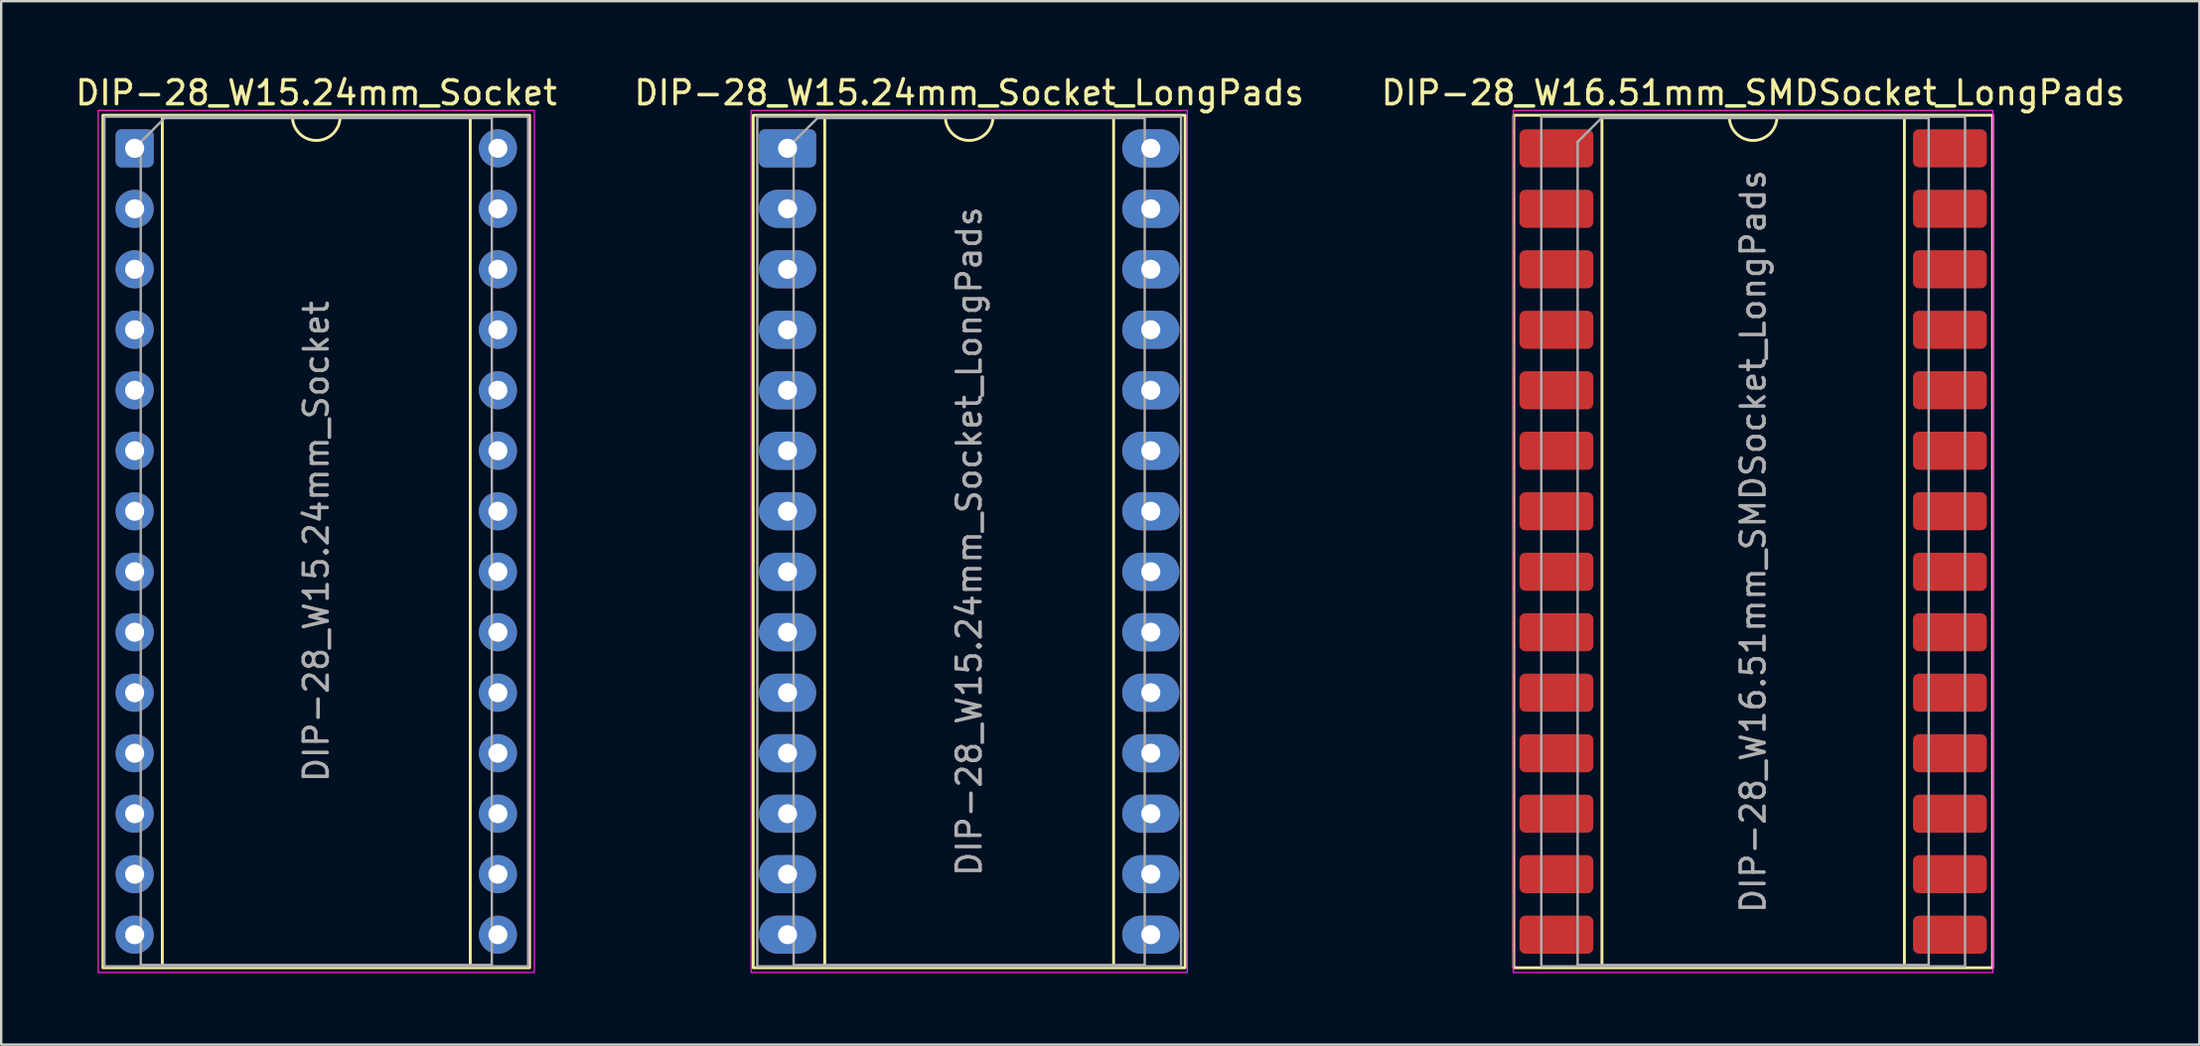
<source format=kicad_pcb>
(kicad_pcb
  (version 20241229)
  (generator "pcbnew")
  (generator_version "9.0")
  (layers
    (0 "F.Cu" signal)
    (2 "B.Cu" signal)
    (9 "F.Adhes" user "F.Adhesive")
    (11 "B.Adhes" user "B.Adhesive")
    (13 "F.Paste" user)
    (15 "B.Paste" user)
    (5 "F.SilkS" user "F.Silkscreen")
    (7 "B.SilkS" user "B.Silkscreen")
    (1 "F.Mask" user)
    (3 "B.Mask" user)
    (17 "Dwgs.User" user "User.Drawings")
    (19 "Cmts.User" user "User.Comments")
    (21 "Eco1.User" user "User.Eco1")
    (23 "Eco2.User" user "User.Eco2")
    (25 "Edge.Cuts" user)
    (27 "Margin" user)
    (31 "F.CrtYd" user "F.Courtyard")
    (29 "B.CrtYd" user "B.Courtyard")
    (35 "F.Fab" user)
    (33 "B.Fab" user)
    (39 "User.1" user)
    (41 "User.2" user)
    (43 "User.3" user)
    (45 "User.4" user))
  (footprint "DIP-28_W16.51mm_SMDSocket_LongPads"
    (layer "F.Cu")
    (at 70.506 19.688)
    (property "Reference" "DIP-28_W16.51mm_SMDSocket_LongPads" (at 0 -18.84 0) (layer "F.SilkS") (effects (font (size 1 1) (thickness 0.15))))
    (attr smd)
    (fp_line (start -6.345 -17.84) (end -6.345 17.84) (stroke (width 0.12) (type solid)) (layer "F.SilkS"))
    (fp_line (start -6.345 17.84) (end 6.345 17.84) (stroke (width 0.12) (type solid)) (layer "F.SilkS"))
    (fp_line (start -1 -17.84) (end -6.345 -17.84) (stroke (width 0.12) (type solid)) (layer "F.SilkS"))
    (fp_line (start 6.345 -17.84) (end 1 -17.84) (stroke (width 0.12) (type solid)) (layer "F.SilkS"))
    (fp_line (start 6.345 17.84) (end 6.345 -17.84) (stroke (width 0.12) (type solid)) (layer "F.SilkS"))
    (fp_rect (start -10.045 -17.9) (end 10.045 17.9) (stroke (width 0.12) (type solid)) (fill no) (layer "F.SilkS"))
    (fp_arc (start 1 -17.84) (mid 0 -16.84) (end -1 -17.84) (stroke (width 0.12) (type solid)) (layer "F.SilkS"))
    (fp_rect (start -10.06 -18.1) (end 10.06 18.1) (stroke (width 0.05) (type solid)) (fill no) (layer "F.CrtYd"))
    (fp_line (start -7.365 -16.78) (end -6.365 -17.78) (stroke (width 0.1) (type solid)) (layer "F.Fab"))
    (fp_line (start -7.365 17.78) (end -7.365 -16.78) (stroke (width 0.1) (type solid)) (layer "F.Fab"))
    (fp_line (start -6.365 -17.78) (end 7.365 -17.78) (stroke (width 0.1) (type solid)) (layer "F.Fab"))
    (fp_line (start 7.365 -17.78) (end 7.365 17.78) (stroke (width 0.1) (type solid)) (layer "F.Fab"))
    (fp_line (start 7.365 17.78) (end -7.365 17.78) (stroke (width 0.1) (type solid)) (layer "F.Fab"))
    (fp_rect (start -8.89 -17.84) (end 8.89 17.84) (stroke (width 0.1) (type solid)) (fill no) (layer "F.Fab"))
    (fp_text user "${REFERENCE}" (at 0 0 90) (layer "F.Fab") (effects (font (size 1 1) (thickness 0.15))))
    (pad "1" smd roundrect (at -8.255 -16.51) (size 3.1 1.6) (layers "F.Cu" "F.Mask" "F.Paste") (roundrect_rratio 0.156))
    (pad "2" smd roundrect (at -8.255 -13.97) (size 3.1 1.6) (layers "F.Cu" "F.Mask" "F.Paste") (roundrect_rratio 0.156))
    (pad "3" smd roundrect (at -8.255 -11.43) (size 3.1 1.6) (layers "F.Cu" "F.Mask" "F.Paste") (roundrect_rratio 0.156))
    (pad "4" smd roundrect (at -8.255 -8.89) (size 3.1 1.6) (layers "F.Cu" "F.Mask" "F.Paste") (roundrect_rratio 0.156))
    (pad "5" smd roundrect (at -8.255 -6.35) (size 3.1 1.6) (layers "F.Cu" "F.Mask" "F.Paste") (roundrect_rratio 0.156))
    (pad "6" smd roundrect (at -8.255 -3.81) (size 3.1 1.6) (layers "F.Cu" "F.Mask" "F.Paste") (roundrect_rratio 0.156))
    (pad "7" smd roundrect (at -8.255 -1.27) (size 3.1 1.6) (layers "F.Cu" "F.Mask" "F.Paste") (roundrect_rratio 0.156))
    (pad "8" smd roundrect (at -8.255 1.27) (size 3.1 1.6) (layers "F.Cu" "F.Mask" "F.Paste") (roundrect_rratio 0.156))
    (pad "9" smd roundrect (at -8.255 3.81) (size 3.1 1.6) (layers "F.Cu" "F.Mask" "F.Paste") (roundrect_rratio 0.156))
    (pad "10" smd roundrect (at -8.255 6.35) (size 3.1 1.6) (layers "F.Cu" "F.Mask" "F.Paste") (roundrect_rratio 0.156))
    (pad "11" smd roundrect (at -8.255 8.89) (size 3.1 1.6) (layers "F.Cu" "F.Mask" "F.Paste") (roundrect_rratio 0.156))
    (pad "12" smd roundrect (at -8.255 11.43) (size 3.1 1.6) (layers "F.Cu" "F.Mask" "F.Paste") (roundrect_rratio 0.156))
    (pad "13" smd roundrect (at -8.255 13.97) (size 3.1 1.6) (layers "F.Cu" "F.Mask" "F.Paste") (roundrect_rratio 0.156))
    (pad "14" smd roundrect (at -8.255 16.51) (size 3.1 1.6) (layers "F.Cu" "F.Mask" "F.Paste") (roundrect_rratio 0.156))
    (pad "15" smd roundrect (at 8.255 16.51) (size 3.1 1.6) (layers "F.Cu" "F.Mask" "F.Paste") (roundrect_rratio 0.156))
    (pad "16" smd roundrect (at 8.255 13.97) (size 3.1 1.6) (layers "F.Cu" "F.Mask" "F.Paste") (roundrect_rratio 0.156))
    (pad "17" smd roundrect (at 8.255 11.43) (size 3.1 1.6) (layers "F.Cu" "F.Mask" "F.Paste") (roundrect_rratio 0.156))
    (pad "18" smd roundrect (at 8.255 8.89) (size 3.1 1.6) (layers "F.Cu" "F.Mask" "F.Paste") (roundrect_rratio 0.156))
    (pad "19" smd roundrect (at 8.255 6.35) (size 3.1 1.6) (layers "F.Cu" "F.Mask" "F.Paste") (roundrect_rratio 0.156))
    (pad "20" smd roundrect (at 8.255 3.81) (size 3.1 1.6) (layers "F.Cu" "F.Mask" "F.Paste") (roundrect_rratio 0.156))
    (pad "21" smd roundrect (at 8.255 1.27) (size 3.1 1.6) (layers "F.Cu" "F.Mask" "F.Paste") (roundrect_rratio 0.156))
    (pad "22" smd roundrect (at 8.255 -1.27) (size 3.1 1.6) (layers "F.Cu" "F.Mask" "F.Paste") (roundrect_rratio 0.156))
    (pad "23" smd roundrect (at 8.255 -3.81) (size 3.1 1.6) (layers "F.Cu" "F.Mask" "F.Paste") (roundrect_rratio 0.156))
    (pad "24" smd roundrect (at 8.255 -6.35) (size 3.1 1.6) (layers "F.Cu" "F.Mask" "F.Paste") (roundrect_rratio 0.156))
    (pad "25" smd roundrect (at 8.255 -8.89) (size 3.1 1.6) (layers "F.Cu" "F.Mask" "F.Paste") (roundrect_rratio 0.156))
    (pad "26" smd roundrect (at 8.255 -11.43) (size 3.1 1.6) (layers "F.Cu" "F.Mask" "F.Paste") (roundrect_rratio 0.156))
    (pad "27" smd roundrect (at 8.255 -13.97) (size 3.1 1.6) (layers "F.Cu" "F.Mask" "F.Paste") (roundrect_rratio 0.156))
    (pad "28" smd roundrect (at 8.255 -16.51) (size 3.1 1.6) (layers "F.Cu" "F.Mask" "F.Paste") (roundrect_rratio 0.156)))
  (footprint "DIP-28_W15.24mm_Socket_LongPads"
    (layer "F.Cu")
    (at 29.993 3.178)
    (property "Reference" "DIP-28_W15.24mm_Socket_LongPads" (at 7.62 -2.33 0) (layer "F.SilkS") (effects (font (size 1 1) (thickness 0.15))))
    (attr through_hole)
    (fp_line (start 1.56 -1.33) (end 1.56 34.35) (stroke (width 0.12) (type solid)) (layer "F.SilkS"))
    (fp_line (start 1.56 34.35) (end 13.68 34.35) (stroke (width 0.12) (type solid)) (layer "F.SilkS"))
    (fp_line (start 6.62 -1.33) (end 1.56 -1.33) (stroke (width 0.12) (type solid)) (layer "F.SilkS"))
    (fp_line (start 13.68 -1.33) (end 8.62 -1.33) (stroke (width 0.12) (type solid)) (layer "F.SilkS"))
    (fp_line (start 13.68 34.35) (end 13.68 -1.33) (stroke (width 0.12) (type solid)) (layer "F.SilkS"))
    (fp_rect (start -1.44 -1.39) (end 16.68 34.41) (stroke (width 0.12) (type solid)) (fill no) (layer "F.SilkS"))
    (fp_arc (start 8.62 -1.33) (mid 7.62 -0.33) (end 6.62 -1.33) (stroke (width 0.12) (type solid)) (layer "F.SilkS"))
    (fp_rect (start -1.53 -1.59) (end 16.77 34.61) (stroke (width 0.05) (type solid)) (fill no) (layer "F.CrtYd"))
    (fp_line (start 0.255 -0.27) (end 1.255 -1.27) (stroke (width 0.1) (type solid)) (layer "F.Fab"))
    (fp_line (start 0.255 34.29) (end 0.255 -0.27) (stroke (width 0.1) (type solid)) (layer "F.Fab"))
    (fp_line (start 1.255 -1.27) (end 14.985 -1.27) (stroke (width 0.1) (type solid)) (layer "F.Fab"))
    (fp_line (start 14.985 -1.27) (end 14.985 34.29) (stroke (width 0.1) (type solid)) (layer "F.Fab"))
    (fp_line (start 14.985 34.29) (end 0.255 34.29) (stroke (width 0.1) (type solid)) (layer "F.Fab"))
    (fp_rect (start -1.27 -1.33) (end 16.51 34.35) (stroke (width 0.1) (type solid)) (fill no) (layer "F.Fab"))
    (fp_text user "${REFERENCE}" (at 7.62 16.51 90) (layer "F.Fab") (effects (font (size 1 1) (thickness 0.15))))
    (pad "1" thru_hole roundrect (at 0 0) (size 2.4 1.6) (drill 0.8) (layers "*.Cu" "*.Mask") (roundrect_rratio 0.156))
    (pad "2" thru_hole oval (at 0 2.54) (size 2.4 1.6) (drill 0.8) (layers "*.Cu" "*.Mask"))
    (pad "3" thru_hole oval (at 0 5.08) (size 2.4 1.6) (drill 0.8) (layers "*.Cu" "*.Mask"))
    (pad "4" thru_hole oval (at 0 7.62) (size 2.4 1.6) (drill 0.8) (layers "*.Cu" "*.Mask"))
    (pad "5" thru_hole oval (at 0 10.16) (size 2.4 1.6) (drill 0.8) (layers "*.Cu" "*.Mask"))
    (pad "6" thru_hole oval (at 0 12.7) (size 2.4 1.6) (drill 0.8) (layers "*.Cu" "*.Mask"))
    (pad "7" thru_hole oval (at 0 15.24) (size 2.4 1.6) (drill 0.8) (layers "*.Cu" "*.Mask"))
    (pad "8" thru_hole oval (at 0 17.78) (size 2.4 1.6) (drill 0.8) (layers "*.Cu" "*.Mask"))
    (pad "9" thru_hole oval (at 0 20.32) (size 2.4 1.6) (drill 0.8) (layers "*.Cu" "*.Mask"))
    (pad "10" thru_hole oval (at 0 22.86) (size 2.4 1.6) (drill 0.8) (layers "*.Cu" "*.Mask"))
    (pad "11" thru_hole oval (at 0 25.4) (size 2.4 1.6) (drill 0.8) (layers "*.Cu" "*.Mask"))
    (pad "12" thru_hole oval (at 0 27.94) (size 2.4 1.6) (drill 0.8) (layers "*.Cu" "*.Mask"))
    (pad "13" thru_hole oval (at 0 30.48) (size 2.4 1.6) (drill 0.8) (layers "*.Cu" "*.Mask"))
    (pad "14" thru_hole oval (at 0 33.02) (size 2.4 1.6) (drill 0.8) (layers "*.Cu" "*.Mask"))
    (pad "15" thru_hole oval (at 15.24 33.02) (size 2.4 1.6) (drill 0.8) (layers "*.Cu" "*.Mask"))
    (pad "16" thru_hole oval (at 15.24 30.48) (size 2.4 1.6) (drill 0.8) (layers "*.Cu" "*.Mask"))
    (pad "17" thru_hole oval (at 15.24 27.94) (size 2.4 1.6) (drill 0.8) (layers "*.Cu" "*.Mask"))
    (pad "18" thru_hole oval (at 15.24 25.4) (size 2.4 1.6) (drill 0.8) (layers "*.Cu" "*.Mask"))
    (pad "19" thru_hole oval (at 15.24 22.86) (size 2.4 1.6) (drill 0.8) (layers "*.Cu" "*.Mask"))
    (pad "20" thru_hole oval (at 15.24 20.32) (size 2.4 1.6) (drill 0.8) (layers "*.Cu" "*.Mask"))
    (pad "21" thru_hole oval (at 15.24 17.78) (size 2.4 1.6) (drill 0.8) (layers "*.Cu" "*.Mask"))
    (pad "22" thru_hole oval (at 15.24 15.24) (size 2.4 1.6) (drill 0.8) (layers "*.Cu" "*.Mask"))
    (pad "23" thru_hole oval (at 15.24 12.7) (size 2.4 1.6) (drill 0.8) (layers "*.Cu" "*.Mask"))
    (pad "24" thru_hole oval (at 15.24 10.16) (size 2.4 1.6) (drill 0.8) (layers "*.Cu" "*.Mask"))
    (pad "25" thru_hole oval (at 15.24 7.62) (size 2.4 1.6) (drill 0.8) (layers "*.Cu" "*.Mask"))
    (pad "26" thru_hole oval (at 15.24 5.08) (size 2.4 1.6) (drill 0.8) (layers "*.Cu" "*.Mask"))
    (pad "27" thru_hole oval (at 15.24 2.54) (size 2.4 1.6) (drill 0.8) (layers "*.Cu" "*.Mask"))
    (pad "28" thru_hole oval (at 15.24 0) (size 2.4 1.6) (drill 0.8) (layers "*.Cu" "*.Mask")))
  (footprint "DIP-28_W15.24mm_Socket"
    (layer "F.Cu")
    (at 2.6 3.178)
    (property "Reference" "DIP-28_W15.24mm_Socket" (at 7.62 -2.33 0) (layer "F.SilkS") (effects (font (size 1 1) (thickness 0.15))))
    (attr through_hole)
    (fp_line (start 1.16 -1.33) (end 1.16 34.35) (stroke (width 0.12) (type solid)) (layer "F.SilkS"))
    (fp_line (start 1.16 34.35) (end 14.08 34.35) (stroke (width 0.12) (type solid)) (layer "F.SilkS"))
    (fp_line (start 6.62 -1.33) (end 1.16 -1.33) (stroke (width 0.12) (type solid)) (layer "F.SilkS"))
    (fp_line (start 14.08 -1.33) (end 8.62 -1.33) (stroke (width 0.12) (type solid)) (layer "F.SilkS"))
    (fp_line (start 14.08 34.35) (end 14.08 -1.33) (stroke (width 0.12) (type solid)) (layer "F.SilkS"))
    (fp_rect (start -1.33 -1.39) (end 16.57 34.41) (stroke (width 0.12) (type solid)) (fill no) (layer "F.SilkS"))
    (fp_arc (start 8.62 -1.33) (mid 7.62 -0.33) (end 6.62 -1.33) (stroke (width 0.12) (type solid)) (layer "F.SilkS"))
    (fp_rect (start -1.53 -1.59) (end 16.77 34.61) (stroke (width 0.05) (type solid)) (fill no) (layer "F.CrtYd"))
    (fp_line (start 0.255 -0.27) (end 1.255 -1.27) (stroke (width 0.1) (type solid)) (layer "F.Fab"))
    (fp_line (start 0.255 34.29) (end 0.255 -0.27) (stroke (width 0.1) (type solid)) (layer "F.Fab"))
    (fp_line (start 1.255 -1.27) (end 14.985 -1.27) (stroke (width 0.1) (type solid)) (layer "F.Fab"))
    (fp_line (start 14.985 -1.27) (end 14.985 34.29) (stroke (width 0.1) (type solid)) (layer "F.Fab"))
    (fp_line (start 14.985 34.29) (end 0.255 34.29) (stroke (width 0.1) (type solid)) (layer "F.Fab"))
    (fp_rect (start -1.27 -1.33) (end 16.51 34.35) (stroke (width 0.1) (type solid)) (fill no) (layer "F.Fab"))
    (fp_text user "${REFERENCE}" (at 7.62 16.51 90) (layer "F.Fab") (effects (font (size 1 1) (thickness 0.15))))
    (pad "1" thru_hole roundrect (at 0 0) (size 1.6 1.6) (drill 0.8) (layers "*.Cu" "*.Mask") (roundrect_rratio 0.156))
    (pad "2" thru_hole circle (at 0 2.54) (size 1.6 1.6) (drill 0.8) (layers "*.Cu" "*.Mask"))
    (pad "3" thru_hole circle (at 0 5.08) (size 1.6 1.6) (drill 0.8) (layers "*.Cu" "*.Mask"))
    (pad "4" thru_hole circle (at 0 7.62) (size 1.6 1.6) (drill 0.8) (layers "*.Cu" "*.Mask"))
    (pad "5" thru_hole circle (at 0 10.16) (size 1.6 1.6) (drill 0.8) (layers "*.Cu" "*.Mask"))
    (pad "6" thru_hole circle (at 0 12.7) (size 1.6 1.6) (drill 0.8) (layers "*.Cu" "*.Mask"))
    (pad "7" thru_hole circle (at 0 15.24) (size 1.6 1.6) (drill 0.8) (layers "*.Cu" "*.Mask"))
    (pad "8" thru_hole circle (at 0 17.78) (size 1.6 1.6) (drill 0.8) (layers "*.Cu" "*.Mask"))
    (pad "9" thru_hole circle (at 0 20.32) (size 1.6 1.6) (drill 0.8) (layers "*.Cu" "*.Mask"))
    (pad "10" thru_hole circle (at 0 22.86) (size 1.6 1.6) (drill 0.8) (layers "*.Cu" "*.Mask"))
    (pad "11" thru_hole circle (at 0 25.4) (size 1.6 1.6) (drill 0.8) (layers "*.Cu" "*.Mask"))
    (pad "12" thru_hole circle (at 0 27.94) (size 1.6 1.6) (drill 0.8) (layers "*.Cu" "*.Mask"))
    (pad "13" thru_hole circle (at 0 30.48) (size 1.6 1.6) (drill 0.8) (layers "*.Cu" "*.Mask"))
    (pad "14" thru_hole circle (at 0 33.02) (size 1.6 1.6) (drill 0.8) (layers "*.Cu" "*.Mask"))
    (pad "15" thru_hole circle (at 15.24 33.02) (size 1.6 1.6) (drill 0.8) (layers "*.Cu" "*.Mask"))
    (pad "16" thru_hole circle (at 15.24 30.48) (size 1.6 1.6) (drill 0.8) (layers "*.Cu" "*.Mask"))
    (pad "17" thru_hole circle (at 15.24 27.94) (size 1.6 1.6) (drill 0.8) (layers "*.Cu" "*.Mask"))
    (pad "18" thru_hole circle (at 15.24 25.4) (size 1.6 1.6) (drill 0.8) (layers "*.Cu" "*.Mask"))
    (pad "19" thru_hole circle (at 15.24 22.86) (size 1.6 1.6) (drill 0.8) (layers "*.Cu" "*.Mask"))
    (pad "20" thru_hole circle (at 15.24 20.32) (size 1.6 1.6) (drill 0.8) (layers "*.Cu" "*.Mask"))
    (pad "21" thru_hole circle (at 15.24 17.78) (size 1.6 1.6) (drill 0.8) (layers "*.Cu" "*.Mask"))
    (pad "22" thru_hole circle (at 15.24 15.24) (size 1.6 1.6) (drill 0.8) (layers "*.Cu" "*.Mask"))
    (pad "23" thru_hole circle (at 15.24 12.7) (size 1.6 1.6) (drill 0.8) (layers "*.Cu" "*.Mask"))
    (pad "24" thru_hole circle (at 15.24 10.16) (size 1.6 1.6) (drill 0.8) (layers "*.Cu" "*.Mask"))
    (pad "25" thru_hole circle (at 15.24 7.62) (size 1.6 1.6) (drill 0.8) (layers "*.Cu" "*.Mask"))
    (pad "26" thru_hole circle (at 15.24 5.08) (size 1.6 1.6) (drill 0.8) (layers "*.Cu" "*.Mask"))
    (pad "27" thru_hole circle (at 15.24 2.54) (size 1.6 1.6) (drill 0.8) (layers "*.Cu" "*.Mask"))
    (pad "28" thru_hole circle (at 15.24 0) (size 1.6 1.6) (drill 0.8) (layers "*.Cu" "*.Mask")))
  (gr_rect
    (start -3 -3)
    (end 89.226 40.813)
    (stroke (width 0.1) (type default))
    (fill no)
    (layer "Edge.Cuts")))
</source>
